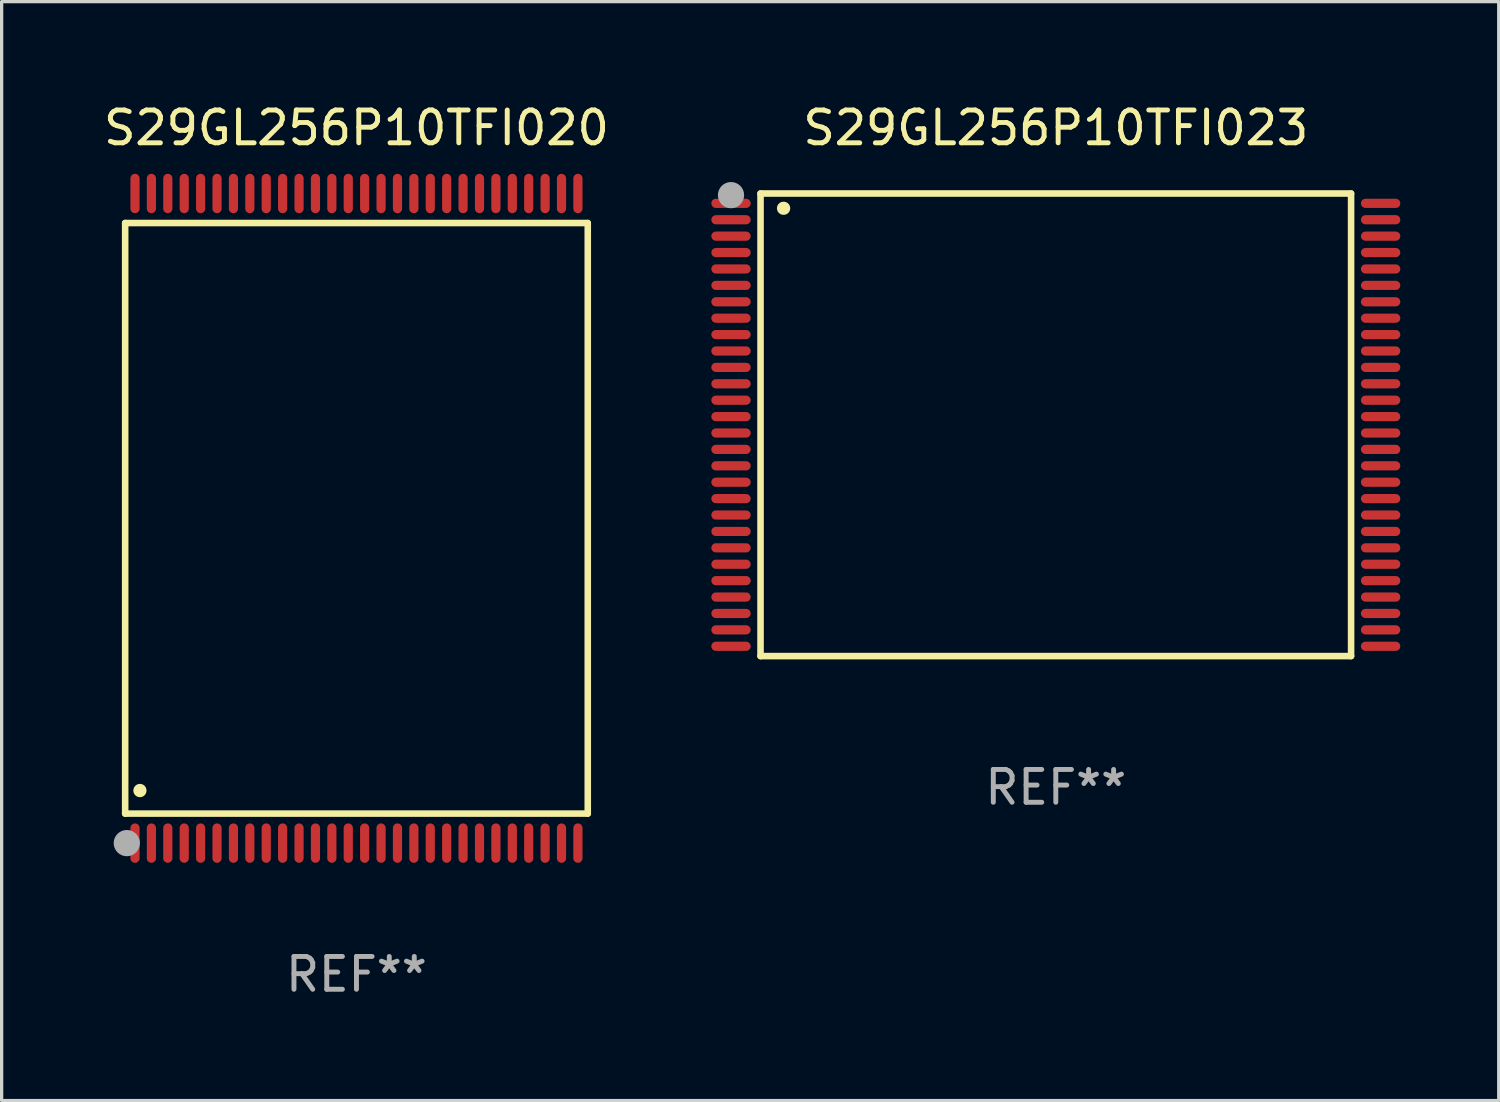
<source format=kicad_pcb>
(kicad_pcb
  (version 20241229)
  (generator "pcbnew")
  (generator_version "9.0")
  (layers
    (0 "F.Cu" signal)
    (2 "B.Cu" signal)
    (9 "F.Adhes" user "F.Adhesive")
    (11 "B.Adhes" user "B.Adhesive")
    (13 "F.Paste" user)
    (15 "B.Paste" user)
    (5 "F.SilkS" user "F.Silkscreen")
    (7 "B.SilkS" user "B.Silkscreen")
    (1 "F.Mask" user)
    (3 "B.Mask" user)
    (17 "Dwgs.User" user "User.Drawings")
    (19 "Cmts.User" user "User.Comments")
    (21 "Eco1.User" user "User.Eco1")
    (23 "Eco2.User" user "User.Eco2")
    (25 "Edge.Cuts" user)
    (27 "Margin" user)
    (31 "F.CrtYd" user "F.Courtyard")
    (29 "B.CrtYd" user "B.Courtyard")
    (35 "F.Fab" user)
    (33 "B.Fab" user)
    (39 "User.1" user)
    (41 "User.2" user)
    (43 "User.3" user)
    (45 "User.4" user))
  (footprint "S29GL256P10TFI020"
    (layer "F.Cu")
    (at 7.815 12.748)
    (property "Reference" "S29GL256P10TFI020" (at 0 -11.9 0) (layer "F.SilkS") (effects (font (size 1 1) (thickness 0.15))))
    (attr through_hole)
    (fp_line (start -7.05 -9) (end 7.05 -9) (stroke (width 0.2) (type solid)) (layer "F.SilkS"))
    (fp_line (start -7.05 9) (end -7.05 -9) (stroke (width 0.2) (type solid)) (layer "F.SilkS"))
    (fp_line (start 7.05 9) (end -7.05 9) (stroke (width 0.2) (type solid)) (layer "F.SilkS"))
    (fp_line (start 7.05 9) (end 7.05 -9) (stroke (width 0.2) (type solid)) (layer "F.SilkS"))
    (fp_arc (start -6.600025 8.300025) (mid -6.600041 8.297485) (end -6.600025 8.294945) (stroke (width 0.4) (type solid)) (layer "F.SilkS"))
    (fp_circle (center -7 10) (end -6.97 10) (stroke (width 0.06) (type solid)) (fill no) (layer "F.SilkS"))
    (fp_circle (center -7 9.9) (end -6.8 9.9) (stroke (width 0.4) (type solid)) (fill no) (layer "F.Fab"))
    (fp_text user "REF**" (at 0 13.9 0) (layer "F.Fab") (effects (font (size 1 1) (thickness 0.15))))
    (pad "1" smd oval (at -6.75 9.9) (size 0.28 1.2) (layers "F.Cu" "F.Mask" "F.Paste"))
    (pad "2" smd oval (at -6.25 9.9) (size 0.28 1.2) (layers "F.Cu" "F.Mask" "F.Paste"))
    (pad "3" smd oval (at -5.75 9.9) (size 0.28 1.2) (layers "F.Cu" "F.Mask" "F.Paste"))
    (pad "4" smd oval (at -5.25 9.9) (size 0.28 1.2) (layers "F.Cu" "F.Mask" "F.Paste"))
    (pad "5" smd oval (at -4.75 9.9) (size 0.28 1.2) (layers "F.Cu" "F.Mask" "F.Paste"))
    (pad "6" smd oval (at -4.25 9.9) (size 0.28 1.2) (layers "F.Cu" "F.Mask" "F.Paste"))
    (pad "7" smd oval (at -3.75 9.9) (size 0.28 1.2) (layers "F.Cu" "F.Mask" "F.Paste"))
    (pad "8" smd oval (at -3.25 9.9) (size 0.28 1.2) (layers "F.Cu" "F.Mask" "F.Paste"))
    (pad "9" smd oval (at -2.75 9.9) (size 0.28 1.2) (layers "F.Cu" "F.Mask" "F.Paste"))
    (pad "10" smd oval (at -2.25 9.9) (size 0.28 1.2) (layers "F.Cu" "F.Mask" "F.Paste"))
    (pad "11" smd oval (at -1.75 9.9) (size 0.28 1.2) (layers "F.Cu" "F.Mask" "F.Paste"))
    (pad "12" smd oval (at -1.25 9.9) (size 0.28 1.2) (layers "F.Cu" "F.Mask" "F.Paste"))
    (pad "13" smd oval (at -0.75 9.9) (size 0.28 1.2) (layers "F.Cu" "F.Mask" "F.Paste"))
    (pad "14" smd oval (at -0.25 9.9) (size 0.28 1.2) (layers "F.Cu" "F.Mask" "F.Paste"))
    (pad "15" smd oval (at 0.25 9.9) (size 0.28 1.2) (layers "F.Cu" "F.Mask" "F.Paste"))
    (pad "16" smd oval (at 0.75 9.9) (size 0.28 1.2) (layers "F.Cu" "F.Mask" "F.Paste"))
    (pad "17" smd oval (at 1.25 9.9) (size 0.28 1.2) (layers "F.Cu" "F.Mask" "F.Paste"))
    (pad "18" smd oval (at 1.75 9.9) (size 0.28 1.2) (layers "F.Cu" "F.Mask" "F.Paste"))
    (pad "19" smd oval (at 2.25 9.9) (size 0.28 1.2) (layers "F.Cu" "F.Mask" "F.Paste"))
    (pad "20" smd oval (at 2.75 9.9) (size 0.28 1.2) (layers "F.Cu" "F.Mask" "F.Paste"))
    (pad "21" smd oval (at 3.25 9.9) (size 0.28 1.2) (layers "F.Cu" "F.Mask" "F.Paste"))
    (pad "22" smd oval (at 3.75 9.9) (size 0.28 1.2) (layers "F.Cu" "F.Mask" "F.Paste"))
    (pad "23" smd oval (at 4.25 9.9) (size 0.28 1.2) (layers "F.Cu" "F.Mask" "F.Paste"))
    (pad "24" smd oval (at 4.75 9.9) (size 0.28 1.2) (layers "F.Cu" "F.Mask" "F.Paste"))
    (pad "25" smd oval (at 5.25 9.9) (size 0.28 1.2) (layers "F.Cu" "F.Mask" "F.Paste"))
    (pad "26" smd oval (at 5.75 9.9) (size 0.28 1.2) (layers "F.Cu" "F.Mask" "F.Paste"))
    (pad "27" smd oval (at 6.25 9.9) (size 0.28 1.2) (layers "F.Cu" "F.Mask" "F.Paste"))
    (pad "28" smd oval (at 6.75 9.9) (size 0.28 1.2) (layers "F.Cu" "F.Mask" "F.Paste"))
    (pad "29" smd oval (at 6.75 -9.9) (size 0.28 1.2) (layers "F.Cu" "F.Mask" "F.Paste"))
    (pad "30" smd oval (at 6.25 -9.9) (size 0.28 1.2) (layers "F.Cu" "F.Mask" "F.Paste"))
    (pad "31" smd oval (at 5.75 -9.9) (size 0.28 1.2) (layers "F.Cu" "F.Mask" "F.Paste"))
    (pad "32" smd oval (at 5.25 -9.9) (size 0.28 1.2) (layers "F.Cu" "F.Mask" "F.Paste"))
    (pad "33" smd oval (at 4.75 -9.9) (size 0.28 1.2) (layers "F.Cu" "F.Mask" "F.Paste"))
    (pad "34" smd oval (at 4.25 -9.9) (size 0.28 1.2) (layers "F.Cu" "F.Mask" "F.Paste"))
    (pad "35" smd oval (at 3.75 -9.9) (size 0.28 1.2) (layers "F.Cu" "F.Mask" "F.Paste"))
    (pad "36" smd oval (at 3.25 -9.9) (size 0.28 1.2) (layers "F.Cu" "F.Mask" "F.Paste"))
    (pad "37" smd oval (at 2.75 -9.9) (size 0.28 1.2) (layers "F.Cu" "F.Mask" "F.Paste"))
    (pad "38" smd oval (at 2.25 -9.9) (size 0.28 1.2) (layers "F.Cu" "F.Mask" "F.Paste"))
    (pad "39" smd oval (at 1.75 -9.9) (size 0.28 1.2) (layers "F.Cu" "F.Mask" "F.Paste"))
    (pad "40" smd oval (at 1.25 -9.9) (size 0.28 1.2) (layers "F.Cu" "F.Mask" "F.Paste"))
    (pad "41" smd oval (at 0.75 -9.9) (size 0.28 1.2) (layers "F.Cu" "F.Mask" "F.Paste"))
    (pad "42" smd oval (at 0.25 -9.9) (size 0.28 1.2) (layers "F.Cu" "F.Mask" "F.Paste"))
    (pad "43" smd oval (at -0.25 -9.9) (size 0.28 1.2) (layers "F.Cu" "F.Mask" "F.Paste"))
    (pad "44" smd oval (at -0.75 -9.9) (size 0.28 1.2) (layers "F.Cu" "F.Mask" "F.Paste"))
    (pad "45" smd oval (at -1.25 -9.9) (size 0.28 1.2) (layers "F.Cu" "F.Mask" "F.Paste"))
    (pad "46" smd oval (at -1.75 -9.9) (size 0.28 1.2) (layers "F.Cu" "F.Mask" "F.Paste"))
    (pad "47" smd oval (at -2.25 -9.9) (size 0.28 1.2) (layers "F.Cu" "F.Mask" "F.Paste"))
    (pad "48" smd oval (at -2.75 -9.9) (size 0.28 1.2) (layers "F.Cu" "F.Mask" "F.Paste"))
    (pad "49" smd oval (at -3.25 -9.9) (size 0.28 1.2) (layers "F.Cu" "F.Mask" "F.Paste"))
    (pad "50" smd oval (at -3.75 -9.9) (size 0.28 1.2) (layers "F.Cu" "F.Mask" "F.Paste"))
    (pad "51" smd oval (at -4.25 -9.9) (size 0.28 1.2) (layers "F.Cu" "F.Mask" "F.Paste"))
    (pad "52" smd oval (at -4.75 -9.9) (size 0.28 1.2) (layers "F.Cu" "F.Mask" "F.Paste"))
    (pad "53" smd oval (at -5.25 -9.9) (size 0.28 1.2) (layers "F.Cu" "F.Mask" "F.Paste"))
    (pad "54" smd oval (at -5.75 -9.9) (size 0.28 1.2) (layers "F.Cu" "F.Mask" "F.Paste"))
    (pad "55" smd oval (at -6.25 -9.9) (size 0.28 1.2) (layers "F.Cu" "F.Mask" "F.Paste"))
    (pad "56" smd oval (at -6.75 -9.9) (size 0.28 1.2) (layers "F.Cu" "F.Mask" "F.Paste")))
  (footprint "S29GL256P10TFI023"
    (layer "F.Cu")
    (at 29.131 9.898)
    (property "Reference" "S29GL256P10TFI023" (at 0 -9.05 0) (layer "F.SilkS") (effects (font (size 1 1) (thickness 0.15))))
    (attr through_hole)
    (fp_line (start -9 -7.05) (end 9 -7.05) (stroke (width 0.2) (type solid)) (layer "F.SilkS"))
    (fp_line (start -9 7.05) (end -9 -7.05) (stroke (width 0.2) (type solid)) (layer "F.SilkS"))
    (fp_line (start -9 7.05) (end 9 7.05) (stroke (width 0.2) (type solid)) (layer "F.SilkS"))
    (fp_line (start 9 -7.05) (end 9 7.05) (stroke (width 0.2) (type solid)) (layer "F.SilkS"))
    (fp_arc (start -8.300025 -6.600025) (mid -8.297485 -6.600041) (end -8.294945 -6.600025) (stroke (width 0.4) (type solid)) (layer "F.SilkS"))
    (fp_circle (center -10 -7) (end -9.97 -7) (stroke (width 0.06) (type solid)) (fill no) (layer "F.SilkS"))
    (fp_circle (center -9.9 -7) (end -9.7 -7) (stroke (width 0.4) (type solid)) (fill no) (layer "F.Fab"))
    (fp_text user "REF**" (at 0 11.05 0) (layer "F.Fab") (effects (font (size 1 1) (thickness 0.15))))
    (pad "1" smd oval (at -9.9 -6.75 270) (size 0.28 1.2) (layers "F.Cu" "F.Mask" "F.Paste"))
    (pad "2" smd oval (at -9.9 -6.25 270) (size 0.28 1.2) (layers "F.Cu" "F.Mask" "F.Paste"))
    (pad "3" smd oval (at -9.9 -5.75 270) (size 0.28 1.2) (layers "F.Cu" "F.Mask" "F.Paste"))
    (pad "4" smd oval (at -9.9 -5.25 270) (size 0.28 1.2) (layers "F.Cu" "F.Mask" "F.Paste"))
    (pad "5" smd oval (at -9.9 -4.75 270) (size 0.28 1.2) (layers "F.Cu" "F.Mask" "F.Paste"))
    (pad "6" smd oval (at -9.9 -4.25 270) (size 0.28 1.2) (layers "F.Cu" "F.Mask" "F.Paste"))
    (pad "7" smd oval (at -9.9 -3.75 270) (size 0.28 1.2) (layers "F.Cu" "F.Mask" "F.Paste"))
    (pad "8" smd oval (at -9.9 -3.25 270) (size 0.28 1.2) (layers "F.Cu" "F.Mask" "F.Paste"))
    (pad "9" smd oval (at -9.9 -2.75 270) (size 0.28 1.2) (layers "F.Cu" "F.Mask" "F.Paste"))
    (pad "10" smd oval (at -9.9 -2.25 270) (size 0.28 1.2) (layers "F.Cu" "F.Mask" "F.Paste"))
    (pad "11" smd oval (at -9.9 -1.75 270) (size 0.28 1.2) (layers "F.Cu" "F.Mask" "F.Paste"))
    (pad "12" smd oval (at -9.9 -1.25 270) (size 0.28 1.2) (layers "F.Cu" "F.Mask" "F.Paste"))
    (pad "13" smd oval (at -9.9 -0.75 270) (size 0.28 1.2) (layers "F.Cu" "F.Mask" "F.Paste"))
    (pad "14" smd oval (at -9.9 -0.25 270) (size 0.28 1.2) (layers "F.Cu" "F.Mask" "F.Paste"))
    (pad "15" smd oval (at -9.9 0.25 270) (size 0.28 1.2) (layers "F.Cu" "F.Mask" "F.Paste"))
    (pad "16" smd oval (at -9.9 0.75 270) (size 0.28 1.2) (layers "F.Cu" "F.Mask" "F.Paste"))
    (pad "17" smd oval (at -9.9 1.25 270) (size 0.28 1.2) (layers "F.Cu" "F.Mask" "F.Paste"))
    (pad "18" smd oval (at -9.9 1.75 270) (size 0.28 1.2) (layers "F.Cu" "F.Mask" "F.Paste"))
    (pad "19" smd oval (at -9.9 2.25 270) (size 0.28 1.2) (layers "F.Cu" "F.Mask" "F.Paste"))
    (pad "20" smd oval (at -9.9 2.75 270) (size 0.28 1.2) (layers "F.Cu" "F.Mask" "F.Paste"))
    (pad "21" smd oval (at -9.9 3.25 270) (size 0.28 1.2) (layers "F.Cu" "F.Mask" "F.Paste"))
    (pad "22" smd oval (at -9.9 3.75 270) (size 0.28 1.2) (layers "F.Cu" "F.Mask" "F.Paste"))
    (pad "23" smd oval (at -9.9 4.25 270) (size 0.28 1.2) (layers "F.Cu" "F.Mask" "F.Paste"))
    (pad "24" smd oval (at -9.9 4.75 270) (size 0.28 1.2) (layers "F.Cu" "F.Mask" "F.Paste"))
    (pad "25" smd oval (at -9.9 5.25 270) (size 0.28 1.2) (layers "F.Cu" "F.Mask" "F.Paste"))
    (pad "26" smd oval (at -9.9 5.75 270) (size 0.28 1.2) (layers "F.Cu" "F.Mask" "F.Paste"))
    (pad "27" smd oval (at -9.9 6.25 270) (size 0.28 1.2) (layers "F.Cu" "F.Mask" "F.Paste"))
    (pad "28" smd oval (at -9.9 6.75 270) (size 0.28 1.2) (layers "F.Cu" "F.Mask" "F.Paste"))
    (pad "29" smd oval (at 9.9 6.75 270) (size 0.28 1.2) (layers "F.Cu" "F.Mask" "F.Paste"))
    (pad "30" smd oval (at 9.9 6.25 270) (size 0.28 1.2) (layers "F.Cu" "F.Mask" "F.Paste"))
    (pad "31" smd oval (at 9.9 5.75 270) (size 0.28 1.2) (layers "F.Cu" "F.Mask" "F.Paste"))
    (pad "32" smd oval (at 9.9 5.25 270) (size 0.28 1.2) (layers "F.Cu" "F.Mask" "F.Paste"))
    (pad "33" smd oval (at 9.9 4.75 270) (size 0.28 1.2) (layers "F.Cu" "F.Mask" "F.Paste"))
    (pad "34" smd oval (at 9.9 4.25 270) (size 0.28 1.2) (layers "F.Cu" "F.Mask" "F.Paste"))
    (pad "35" smd oval (at 9.9 3.75 270) (size 0.28 1.2) (layers "F.Cu" "F.Mask" "F.Paste"))
    (pad "36" smd oval (at 9.9 3.25 270) (size 0.28 1.2) (layers "F.Cu" "F.Mask" "F.Paste"))
    (pad "37" smd oval (at 9.9 2.75 270) (size 0.28 1.2) (layers "F.Cu" "F.Mask" "F.Paste"))
    (pad "38" smd oval (at 9.9 2.25 270) (size 0.28 1.2) (layers "F.Cu" "F.Mask" "F.Paste"))
    (pad "39" smd oval (at 9.9 1.75 270) (size 0.28 1.2) (layers "F.Cu" "F.Mask" "F.Paste"))
    (pad "40" smd oval (at 9.9 1.25 270) (size 0.28 1.2) (layers "F.Cu" "F.Mask" "F.Paste"))
    (pad "41" smd oval (at 9.9 0.75 270) (size 0.28 1.2) (layers "F.Cu" "F.Mask" "F.Paste"))
    (pad "42" smd oval (at 9.9 0.25 270) (size 0.28 1.2) (layers "F.Cu" "F.Mask" "F.Paste"))
    (pad "43" smd oval (at 9.9 -0.25 270) (size 0.28 1.2) (layers "F.Cu" "F.Mask" "F.Paste"))
    (pad "44" smd oval (at 9.9 -0.75 270) (size 0.28 1.2) (layers "F.Cu" "F.Mask" "F.Paste"))
    (pad "45" smd oval (at 9.9 -1.25 270) (size 0.28 1.2) (layers "F.Cu" "F.Mask" "F.Paste"))
    (pad "46" smd oval (at 9.9 -1.75 270) (size 0.28 1.2) (layers "F.Cu" "F.Mask" "F.Paste"))
    (pad "47" smd oval (at 9.9 -2.25 270) (size 0.28 1.2) (layers "F.Cu" "F.Mask" "F.Paste"))
    (pad "48" smd oval (at 9.9 -2.75 270) (size 0.28 1.2) (layers "F.Cu" "F.Mask" "F.Paste"))
    (pad "49" smd oval (at 9.9 -3.25 270) (size 0.28 1.2) (layers "F.Cu" "F.Mask" "F.Paste"))
    (pad "50" smd oval (at 9.9 -3.75 270) (size 0.28 1.2) (layers "F.Cu" "F.Mask" "F.Paste"))
    (pad "51" smd oval (at 9.9 -4.25 270) (size 0.28 1.2) (layers "F.Cu" "F.Mask" "F.Paste"))
    (pad "52" smd oval (at 9.9 -4.75 270) (size 0.28 1.2) (layers "F.Cu" "F.Mask" "F.Paste"))
    (pad "53" smd oval (at 9.9 -5.25 270) (size 0.28 1.2) (layers "F.Cu" "F.Mask" "F.Paste"))
    (pad "54" smd oval (at 9.9 -5.75 270) (size 0.28 1.2) (layers "F.Cu" "F.Mask" "F.Paste"))
    (pad "55" smd oval (at 9.9 -6.25 270) (size 0.28 1.2) (layers "F.Cu" "F.Mask" "F.Paste"))
    (pad "56" smd oval (at 9.9 -6.75 270) (size 0.28 1.2) (layers "F.Cu" "F.Mask" "F.Paste")))
  (gr_rect
    (start -3 -3)
    (end 42.631 30.496)
    (stroke (width 0.1) (type default))
    (fill no)
    (layer "Edge.Cuts")))
</source>
